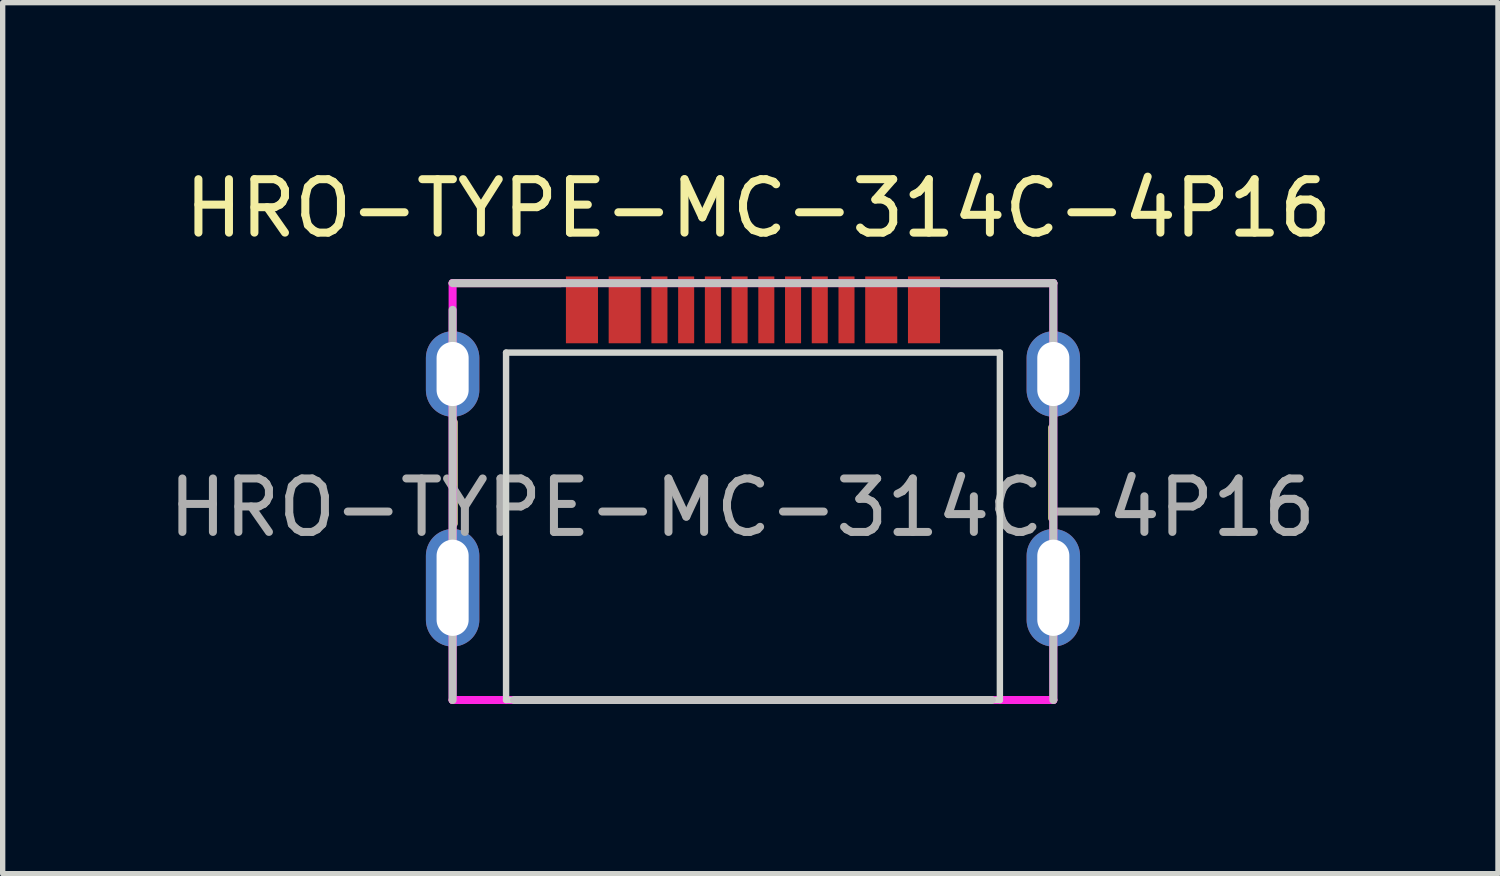
<source format=kicad_pcb>
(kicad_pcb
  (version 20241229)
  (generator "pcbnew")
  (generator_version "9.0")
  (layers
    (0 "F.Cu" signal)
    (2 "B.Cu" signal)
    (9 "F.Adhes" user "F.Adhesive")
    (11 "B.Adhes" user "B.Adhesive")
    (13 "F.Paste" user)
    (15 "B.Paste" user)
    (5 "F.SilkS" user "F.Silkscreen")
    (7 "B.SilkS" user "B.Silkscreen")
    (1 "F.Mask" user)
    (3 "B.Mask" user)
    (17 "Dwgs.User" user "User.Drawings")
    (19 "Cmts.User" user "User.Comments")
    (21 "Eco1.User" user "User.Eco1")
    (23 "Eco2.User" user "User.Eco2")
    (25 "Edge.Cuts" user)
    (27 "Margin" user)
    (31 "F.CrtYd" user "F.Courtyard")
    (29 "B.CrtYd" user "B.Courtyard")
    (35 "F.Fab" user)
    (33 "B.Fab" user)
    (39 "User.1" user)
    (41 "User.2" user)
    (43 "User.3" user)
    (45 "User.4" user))
  (footprint "HRO-TYPE-MC-314C-4P16"
    (layer "F.Cu")
    (at 11.039 10.048)
    (property "Reference" "HRO-TYPE-MC-314C-4P16" (at 0.1 -9.2 0) (layer "F.SilkS") (effects (font (size 1 1) (thickness 0.15))))
    (attr smd)
    (fp_line (start -5.62 -0.000001) (end 5.62 0.000001) (stroke (width 0.15) (type solid)) (layer "F.SilkS"))
    (fp_line (start -5.6 -5.2) (end -5.6 -3.3) (stroke (width 0.15) (type default)) (layer "F.SilkS"))
    (fp_line (start -3.6 -7.8) (end -5.62 -7.8) (stroke (width 0.15) (type default)) (layer "F.SilkS"))
    (fp_line (start 3.7 -7.8) (end 5.62 -7.8) (stroke (width 0.15) (type default)) (layer "F.SilkS"))
    (fp_line (start 5.6 -3.4) (end 5.6 -5.1) (stroke (width 0.15) (type default)) (layer "F.SilkS"))
    (fp_line (start -5.62 -7.3) (end -5.62 -0.000001) (stroke (width 0.15) (type solid)) (layer "Dwgs.User"))
    (fp_line (start 4.47 0) (end -4.47 0) (stroke (width 0.15) (type solid)) (layer "Dwgs.User"))
    (fp_line (start 5.62 -7.8) (end -5.62 -7.8) (stroke (width 0.15) (type solid)) (layer "Dwgs.User"))
    (fp_line (start 5.62 -7.8) (end 5.62 0.000001) (stroke (width 0.15) (type solid)) (layer "Dwgs.User"))
    (fp_line (start -4.62 -6.5) (end -4.62 0.000002) (stroke (width 0.12) (type default)) (layer "Edge.Cuts"))
    (fp_line (start -4.62 0.000002) (end 4.62 -0.000002) (stroke (width 0.12) (type default)) (layer "Edge.Cuts"))
    (fp_line (start 4.62 -6.5) (end -4.62 -6.5) (stroke (width 0.12) (type default)) (layer "Edge.Cuts"))
    (fp_line (start 4.62 -0.000002) (end 4.62 -6.5) (stroke (width 0.12) (type default)) (layer "Edge.Cuts"))
    (fp_line (start -5.62 -7.8) (end -5.62 -0.000001) (stroke (width 0.15) (type solid)) (layer "F.CrtYd"))
    (fp_line (start -5.62 -0.000001) (end 5.62 0.000001) (stroke (width 0.15) (type solid)) (layer "F.CrtYd"))
    (fp_line (start 5.62 -7.8) (end -5.62 -7.8) (stroke (width 0.15) (type solid)) (layer "F.CrtYd"))
    (fp_line (start 5.62 0.000001) (end 5.62 -7.8) (stroke (width 0.15) (type solid)) (layer "F.CrtYd"))
    (fp_text user "${REFERENCE}" (at -0.2 -3.6 0) (layer "F.Fab") (effects (font (size 1 1) (thickness 0.15))))
    (pad "1" smd rect (at -3.2 -7.3) (size 0.6 1.25) (layers "F.Cu" "F.Mask" "F.Paste"))
    (pad "2" smd rect (at -2.4 -7.3) (size 0.6 1.25) (layers "F.Cu" "F.Mask" "F.Paste"))
    (pad "3" smd rect (at -1.75 -7.3) (size 0.3 1.25) (layers "F.Cu" "F.Mask" "F.Paste"))
    (pad "4" smd rect (at -1.25 -7.3) (size 0.3 1.25) (layers "F.Cu" "F.Mask" "F.Paste"))
    (pad "5" smd rect (at -0.75 -7.3) (size 0.3 1.25) (layers "F.Cu" "F.Mask" "F.Paste"))
    (pad "6" smd rect (at -0.25 -7.3) (size 0.3 1.25) (layers "F.Cu" "F.Mask" "F.Paste"))
    (pad "7" smd rect (at 0.25 -7.3) (size 0.3 1.25) (layers "F.Cu" "F.Mask" "F.Paste"))
    (pad "8" smd rect (at 0.75 -7.3) (size 0.3 1.25) (layers "F.Cu" "F.Mask" "F.Paste"))
    (pad "9" smd rect (at 1.25 -7.3) (size 0.3 1.25) (layers "F.Cu" "F.Mask" "F.Paste"))
    (pad "10" smd rect (at 1.75 -7.3) (size 0.3 1.25) (layers "F.Cu" "F.Mask" "F.Paste"))
    (pad "11" smd rect (at 2.4 -7.3) (size 0.6 1.25) (layers "F.Cu" "F.Mask" "F.Paste"))
    (pad "12" smd rect (at 3.2 -7.3) (size 0.6 1.25) (layers "F.Cu" "F.Mask" "F.Paste"))
    (pad "13" thru_hole oval (at -5.62 -6.1) (size 1 1.6) (drill oval 0.6 1.2) (layers "*.Cu" "*.Mask"))
    (pad "13" thru_hole oval (at -5.62 -2.1) (size 1 2.2) (drill oval 0.6 1.8) (layers "*.Cu" "*.Mask"))
    (pad "13" thru_hole oval (at 5.62 -6.1) (size 1 1.6) (drill oval 0.6 1.2) (layers "*.Cu" "*.Mask"))
    (pad "13" thru_hole oval (at 5.62 -2.1) (size 1 2.2) (drill oval 0.6 1.8) (layers "*.Cu" "*.Mask")))
  (gr_rect
    (start -3 -3)
    (end 24.979 13.298)
    (stroke (width 0.1) (type default))
    (fill no)
    (layer "Edge.Cuts")))
</source>
